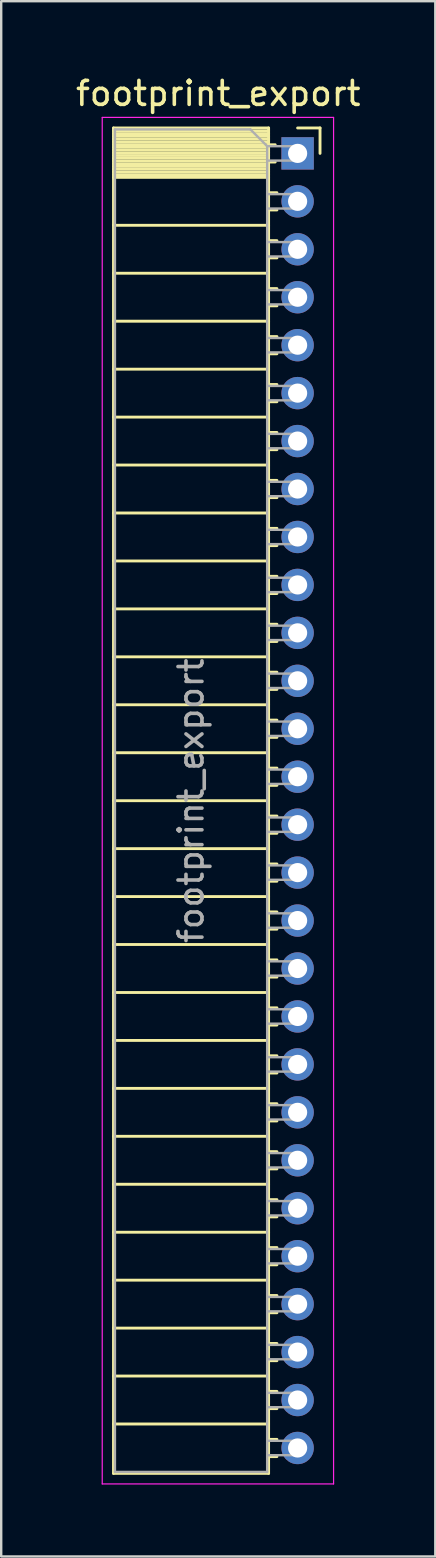
<source format=kicad_pcb>
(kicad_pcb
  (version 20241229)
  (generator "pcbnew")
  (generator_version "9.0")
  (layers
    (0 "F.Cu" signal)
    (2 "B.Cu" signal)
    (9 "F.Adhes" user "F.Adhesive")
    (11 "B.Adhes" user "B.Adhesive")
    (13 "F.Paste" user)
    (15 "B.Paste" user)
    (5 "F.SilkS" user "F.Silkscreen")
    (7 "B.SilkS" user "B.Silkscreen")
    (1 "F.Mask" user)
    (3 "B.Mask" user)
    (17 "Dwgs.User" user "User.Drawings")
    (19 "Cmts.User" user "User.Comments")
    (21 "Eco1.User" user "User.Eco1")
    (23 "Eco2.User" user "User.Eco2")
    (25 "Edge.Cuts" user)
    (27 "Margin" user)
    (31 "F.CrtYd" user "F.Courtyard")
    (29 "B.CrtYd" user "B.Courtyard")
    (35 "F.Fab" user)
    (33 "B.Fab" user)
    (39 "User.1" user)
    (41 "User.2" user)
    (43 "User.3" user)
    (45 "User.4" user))
  (footprint "footprint_export"
    (layer "F.Cu")
    (at 9.364 3.348)
    (property "Reference" "footprint_export" (at -3.31 -2.5 0) (layer "F.SilkS") (effects (font (size 1 1) (thickness 0.15))))
    (attr through_hole)
    (fp_line (start -7.68 -1.06) (end -7.68 55.06) (stroke (width 0.12) (type solid)) (layer "F.SilkS"))
    (fp_line (start -7.68 -1.06) (end -1.21 -1.06) (stroke (width 0.12) (type solid)) (layer "F.SilkS"))
    (fp_line (start -7.68 -0.94) (end -1.21 -0.94) (stroke (width 0.12) (type solid)) (layer "F.SilkS"))
    (fp_line (start -7.68 -0.826) (end -1.21 -0.826) (stroke (width 0.12) (type solid)) (layer "F.SilkS"))
    (fp_line (start -7.68 -0.712) (end -1.21 -0.712) (stroke (width 0.12) (type solid)) (layer "F.SilkS"))
    (fp_line (start -7.68 -0.598) (end -1.21 -0.598) (stroke (width 0.12) (type solid)) (layer "F.SilkS"))
    (fp_line (start -7.68 -0.484) (end -1.21 -0.484) (stroke (width 0.12) (type solid)) (layer "F.SilkS"))
    (fp_line (start -7.68 -0.369) (end -1.21 -0.369) (stroke (width 0.12) (type solid)) (layer "F.SilkS"))
    (fp_line (start -7.68 -0.255) (end -1.21 -0.255) (stroke (width 0.12) (type solid)) (layer "F.SilkS"))
    (fp_line (start -7.68 -0.141) (end -1.21 -0.141) (stroke (width 0.12) (type solid)) (layer "F.SilkS"))
    (fp_line (start -7.68 -0.027) (end -1.21 -0.027) (stroke (width 0.12) (type solid)) (layer "F.SilkS"))
    (fp_line (start -7.68 0.087) (end -1.21 0.087) (stroke (width 0.12) (type solid)) (layer "F.SilkS"))
    (fp_line (start -7.68 0.201) (end -1.21 0.201) (stroke (width 0.12) (type solid)) (layer "F.SilkS"))
    (fp_line (start -7.68 0.315) (end -1.21 0.315) (stroke (width 0.12) (type solid)) (layer "F.SilkS"))
    (fp_line (start -7.68 0.429) (end -1.21 0.429) (stroke (width 0.12) (type solid)) (layer "F.SilkS"))
    (fp_line (start -7.68 0.544) (end -1.21 0.544) (stroke (width 0.12) (type solid)) (layer "F.SilkS"))
    (fp_line (start -7.68 0.658) (end -1.21 0.658) (stroke (width 0.12) (type solid)) (layer "F.SilkS"))
    (fp_line (start -7.68 0.772) (end -1.21 0.772) (stroke (width 0.12) (type solid)) (layer "F.SilkS"))
    (fp_line (start -7.68 0.886) (end -1.21 0.886) (stroke (width 0.12) (type solid)) (layer "F.SilkS"))
    (fp_line (start -7.68 1) (end -1.21 1) (stroke (width 0.12) (type solid)) (layer "F.SilkS"))
    (fp_line (start -7.68 3) (end -1.21 3) (stroke (width 0.12) (type solid)) (layer "F.SilkS"))
    (fp_line (start -7.68 5) (end -1.21 5) (stroke (width 0.12) (type solid)) (layer "F.SilkS"))
    (fp_line (start -7.68 7) (end -1.21 7) (stroke (width 0.12) (type solid)) (layer "F.SilkS"))
    (fp_line (start -7.68 9) (end -1.21 9) (stroke (width 0.12) (type solid)) (layer "F.SilkS"))
    (fp_line (start -7.68 11) (end -1.21 11) (stroke (width 0.12) (type solid)) (layer "F.SilkS"))
    (fp_line (start -7.68 13) (end -1.21 13) (stroke (width 0.12) (type solid)) (layer "F.SilkS"))
    (fp_line (start -7.68 15) (end -1.21 15) (stroke (width 0.12) (type solid)) (layer "F.SilkS"))
    (fp_line (start -7.68 17) (end -1.21 17) (stroke (width 0.12) (type solid)) (layer "F.SilkS"))
    (fp_line (start -7.68 19) (end -1.21 19) (stroke (width 0.12) (type solid)) (layer "F.SilkS"))
    (fp_line (start -7.68 21) (end -1.21 21) (stroke (width 0.12) (type solid)) (layer "F.SilkS"))
    (fp_line (start -7.68 23) (end -1.21 23) (stroke (width 0.12) (type solid)) (layer "F.SilkS"))
    (fp_line (start -7.68 25) (end -1.21 25) (stroke (width 0.12) (type solid)) (layer "F.SilkS"))
    (fp_line (start -7.68 27) (end -1.21 27) (stroke (width 0.12) (type solid)) (layer "F.SilkS"))
    (fp_line (start -7.68 29) (end -1.21 29) (stroke (width 0.12) (type solid)) (layer "F.SilkS"))
    (fp_line (start -7.68 31) (end -1.21 31) (stroke (width 0.12) (type solid)) (layer "F.SilkS"))
    (fp_line (start -7.68 33) (end -1.21 33) (stroke (width 0.12) (type solid)) (layer "F.SilkS"))
    (fp_line (start -7.68 35) (end -1.21 35) (stroke (width 0.12) (type solid)) (layer "F.SilkS"))
    (fp_line (start -7.68 37) (end -1.21 37) (stroke (width 0.12) (type solid)) (layer "F.SilkS"))
    (fp_line (start -7.68 39) (end -1.21 39) (stroke (width 0.12) (type solid)) (layer "F.SilkS"))
    (fp_line (start -7.68 41) (end -1.21 41) (stroke (width 0.12) (type solid)) (layer "F.SilkS"))
    (fp_line (start -7.68 43) (end -1.21 43) (stroke (width 0.12) (type solid)) (layer "F.SilkS"))
    (fp_line (start -7.68 45) (end -1.21 45) (stroke (width 0.12) (type solid)) (layer "F.SilkS"))
    (fp_line (start -7.68 47) (end -1.21 47) (stroke (width 0.12) (type solid)) (layer "F.SilkS"))
    (fp_line (start -7.68 49) (end -1.21 49) (stroke (width 0.12) (type solid)) (layer "F.SilkS"))
    (fp_line (start -7.68 51) (end -1.21 51) (stroke (width 0.12) (type solid)) (layer "F.SilkS"))
    (fp_line (start -7.68 53) (end -1.21 53) (stroke (width 0.12) (type solid)) (layer "F.SilkS"))
    (fp_line (start -7.68 55.06) (end -1.21 55.06) (stroke (width 0.12) (type solid)) (layer "F.SilkS"))
    (fp_line (start -1.21 -1.06) (end -1.21 55.06) (stroke (width 0.12) (type solid)) (layer "F.SilkS"))
    (fp_line (start -1.21 -0.36) (end -0.935 -0.36) (stroke (width 0.12) (type solid)) (layer "F.SilkS"))
    (fp_line (start -1.21 0.36) (end -0.935 0.36) (stroke (width 0.12) (type solid)) (layer "F.SilkS"))
    (fp_line (start -1.21 1.64) (end -0.863 1.64) (stroke (width 0.12) (type solid)) (layer "F.SilkS"))
    (fp_line (start -1.21 2.36) (end -0.863 2.36) (stroke (width 0.12) (type solid)) (layer "F.SilkS"))
    (fp_line (start -1.21 3.64) (end -0.863 3.64) (stroke (width 0.12) (type solid)) (layer "F.SilkS"))
    (fp_line (start -1.21 4.36) (end -0.863 4.36) (stroke (width 0.12) (type solid)) (layer "F.SilkS"))
    (fp_line (start -1.21 5.64) (end -0.863 5.64) (stroke (width 0.12) (type solid)) (layer "F.SilkS"))
    (fp_line (start -1.21 6.36) (end -0.863 6.36) (stroke (width 0.12) (type solid)) (layer "F.SilkS"))
    (fp_line (start -1.21 7.64) (end -0.863 7.64) (stroke (width 0.12) (type solid)) (layer "F.SilkS"))
    (fp_line (start -1.21 8.36) (end -0.863 8.36) (stroke (width 0.12) (type solid)) (layer "F.SilkS"))
    (fp_line (start -1.21 9.64) (end -0.863 9.64) (stroke (width 0.12) (type solid)) (layer "F.SilkS"))
    (fp_line (start -1.21 10.36) (end -0.863 10.36) (stroke (width 0.12) (type solid)) (layer "F.SilkS"))
    (fp_line (start -1.21 11.64) (end -0.863 11.64) (stroke (width 0.12) (type solid)) (layer "F.SilkS"))
    (fp_line (start -1.21 12.36) (end -0.863 12.36) (stroke (width 0.12) (type solid)) (layer "F.SilkS"))
    (fp_line (start -1.21 13.64) (end -0.863 13.64) (stroke (width 0.12) (type solid)) (layer "F.SilkS"))
    (fp_line (start -1.21 14.36) (end -0.863 14.36) (stroke (width 0.12) (type solid)) (layer "F.SilkS"))
    (fp_line (start -1.21 15.64) (end -0.863 15.64) (stroke (width 0.12) (type solid)) (layer "F.SilkS"))
    (fp_line (start -1.21 16.36) (end -0.863 16.36) (stroke (width 0.12) (type solid)) (layer "F.SilkS"))
    (fp_line (start -1.21 17.64) (end -0.863 17.64) (stroke (width 0.12) (type solid)) (layer "F.SilkS"))
    (fp_line (start -1.21 18.36) (end -0.863 18.36) (stroke (width 0.12) (type solid)) (layer "F.SilkS"))
    (fp_line (start -1.21 19.64) (end -0.863 19.64) (stroke (width 0.12) (type solid)) (layer "F.SilkS"))
    (fp_line (start -1.21 20.36) (end -0.863 20.36) (stroke (width 0.12) (type solid)) (layer "F.SilkS"))
    (fp_line (start -1.21 21.64) (end -0.863 21.64) (stroke (width 0.12) (type solid)) (layer "F.SilkS"))
    (fp_line (start -1.21 22.36) (end -0.863 22.36) (stroke (width 0.12) (type solid)) (layer "F.SilkS"))
    (fp_line (start -1.21 23.64) (end -0.863 23.64) (stroke (width 0.12) (type solid)) (layer "F.SilkS"))
    (fp_line (start -1.21 24.36) (end -0.863 24.36) (stroke (width 0.12) (type solid)) (layer "F.SilkS"))
    (fp_line (start -1.21 25.64) (end -0.863 25.64) (stroke (width 0.12) (type solid)) (layer "F.SilkS"))
    (fp_line (start -1.21 26.36) (end -0.863 26.36) (stroke (width 0.12) (type solid)) (layer "F.SilkS"))
    (fp_line (start -1.21 27.64) (end -0.863 27.64) (stroke (width 0.12) (type solid)) (layer "F.SilkS"))
    (fp_line (start -1.21 28.36) (end -0.863 28.36) (stroke (width 0.12) (type solid)) (layer "F.SilkS"))
    (fp_line (start -1.21 29.64) (end -0.863 29.64) (stroke (width 0.12) (type solid)) (layer "F.SilkS"))
    (fp_line (start -1.21 30.36) (end -0.863 30.36) (stroke (width 0.12) (type solid)) (layer "F.SilkS"))
    (fp_line (start -1.21 31.64) (end -0.863 31.64) (stroke (width 0.12) (type solid)) (layer "F.SilkS"))
    (fp_line (start -1.21 32.36) (end -0.863 32.36) (stroke (width 0.12) (type solid)) (layer "F.SilkS"))
    (fp_line (start -1.21 33.64) (end -0.863 33.64) (stroke (width 0.12) (type solid)) (layer "F.SilkS"))
    (fp_line (start -1.21 34.36) (end -0.863 34.36) (stroke (width 0.12) (type solid)) (layer "F.SilkS"))
    (fp_line (start -1.21 35.64) (end -0.863 35.64) (stroke (width 0.12) (type solid)) (layer "F.SilkS"))
    (fp_line (start -1.21 36.36) (end -0.863 36.36) (stroke (width 0.12) (type solid)) (layer "F.SilkS"))
    (fp_line (start -1.21 37.64) (end -0.863 37.64) (stroke (width 0.12) (type solid)) (layer "F.SilkS"))
    (fp_line (start -1.21 38.36) (end -0.863 38.36) (stroke (width 0.12) (type solid)) (layer "F.SilkS"))
    (fp_line (start -1.21 39.64) (end -0.863 39.64) (stroke (width 0.12) (type solid)) (layer "F.SilkS"))
    (fp_line (start -1.21 40.36) (end -0.863 40.36) (stroke (width 0.12) (type solid)) (layer "F.SilkS"))
    (fp_line (start -1.21 41.64) (end -0.863 41.64) (stroke (width 0.12) (type solid)) (layer "F.SilkS"))
    (fp_line (start -1.21 42.36) (end -0.863 42.36) (stroke (width 0.12) (type solid)) (layer "F.SilkS"))
    (fp_line (start -1.21 43.64) (end -0.863 43.64) (stroke (width 0.12) (type solid)) (layer "F.SilkS"))
    (fp_line (start -1.21 44.36) (end -0.863 44.36) (stroke (width 0.12) (type solid)) (layer "F.SilkS"))
    (fp_line (start -1.21 45.64) (end -0.863 45.64) (stroke (width 0.12) (type solid)) (layer "F.SilkS"))
    (fp_line (start -1.21 46.36) (end -0.863 46.36) (stroke (width 0.12) (type solid)) (layer "F.SilkS"))
    (fp_line (start -1.21 47.64) (end -0.863 47.64) (stroke (width 0.12) (type solid)) (layer "F.SilkS"))
    (fp_line (start -1.21 48.36) (end -0.863 48.36) (stroke (width 0.12) (type solid)) (layer "F.SilkS"))
    (fp_line (start -1.21 49.64) (end -0.863 49.64) (stroke (width 0.12) (type solid)) (layer "F.SilkS"))
    (fp_line (start -1.21 50.36) (end -0.863 50.36) (stroke (width 0.12) (type solid)) (layer "F.SilkS"))
    (fp_line (start -1.21 51.64) (end -0.863 51.64) (stroke (width 0.12) (type solid)) (layer "F.SilkS"))
    (fp_line (start -1.21 52.36) (end -0.863 52.36) (stroke (width 0.12) (type solid)) (layer "F.SilkS"))
    (fp_line (start -1.21 53.64) (end -0.863 53.64) (stroke (width 0.12) (type solid)) (layer "F.SilkS"))
    (fp_line (start -1.21 54.36) (end -0.863 54.36) (stroke (width 0.12) (type solid)) (layer "F.SilkS"))
    (fp_line (start 0 -1.06) (end 0.935 -1.06) (stroke (width 0.12) (type solid)) (layer "F.SilkS"))
    (fp_line (start 0.935 -1.06) (end 0.935 0) (stroke (width 0.12) (type solid)) (layer "F.SilkS"))
    (fp_line (start -8.15 -1.5) (end -8.15 55.5) (stroke (width 0.05) (type solid)) (layer "F.CrtYd"))
    (fp_line (start -8.15 55.5) (end 1.5 55.5) (stroke (width 0.05) (type solid)) (layer "F.CrtYd"))
    (fp_line (start 1.5 -1.5) (end -8.15 -1.5) (stroke (width 0.05) (type solid)) (layer "F.CrtYd"))
    (fp_line (start 1.5 55.5) (end 1.5 -1.5) (stroke (width 0.05) (type solid)) (layer "F.CrtYd"))
    (fp_line (start -7.62 -1) (end -1.97 -1) (stroke (width 0.1) (type solid)) (layer "F.Fab"))
    (fp_line (start -7.62 55) (end -7.62 -1) (stroke (width 0.1) (type solid)) (layer "F.Fab"))
    (fp_line (start -1.97 -1) (end -1.27 -0.3) (stroke (width 0.1) (type solid)) (layer "F.Fab"))
    (fp_line (start -1.27 -0.3) (end -1.27 55) (stroke (width 0.1) (type solid)) (layer "F.Fab"))
    (fp_line (start -1.27 0.3) (end 0 0.3) (stroke (width 0.1) (type solid)) (layer "F.Fab"))
    (fp_line (start -1.27 2.3) (end 0 2.3) (stroke (width 0.1) (type solid)) (layer "F.Fab"))
    (fp_line (start -1.27 4.3) (end 0 4.3) (stroke (width 0.1) (type solid)) (layer "F.Fab"))
    (fp_line (start -1.27 6.3) (end 0 6.3) (stroke (width 0.1) (type solid)) (layer "F.Fab"))
    (fp_line (start -1.27 8.3) (end 0 8.3) (stroke (width 0.1) (type solid)) (layer "F.Fab"))
    (fp_line (start -1.27 10.3) (end 0 10.3) (stroke (width 0.1) (type solid)) (layer "F.Fab"))
    (fp_line (start -1.27 12.3) (end 0 12.3) (stroke (width 0.1) (type solid)) (layer "F.Fab"))
    (fp_line (start -1.27 14.3) (end 0 14.3) (stroke (width 0.1) (type solid)) (layer "F.Fab"))
    (fp_line (start -1.27 16.3) (end 0 16.3) (stroke (width 0.1) (type solid)) (layer "F.Fab"))
    (fp_line (start -1.27 18.3) (end 0 18.3) (stroke (width 0.1) (type solid)) (layer "F.Fab"))
    (fp_line (start -1.27 20.3) (end 0 20.3) (stroke (width 0.1) (type solid)) (layer "F.Fab"))
    (fp_line (start -1.27 22.3) (end 0 22.3) (stroke (width 0.1) (type solid)) (layer "F.Fab"))
    (fp_line (start -1.27 24.3) (end 0 24.3) (stroke (width 0.1) (type solid)) (layer "F.Fab"))
    (fp_line (start -1.27 26.3) (end 0 26.3) (stroke (width 0.1) (type solid)) (layer "F.Fab"))
    (fp_line (start -1.27 28.3) (end 0 28.3) (stroke (width 0.1) (type solid)) (layer "F.Fab"))
    (fp_line (start -1.27 30.3) (end 0 30.3) (stroke (width 0.1) (type solid)) (layer "F.Fab"))
    (fp_line (start -1.27 32.3) (end 0 32.3) (stroke (width 0.1) (type solid)) (layer "F.Fab"))
    (fp_line (start -1.27 34.3) (end 0 34.3) (stroke (width 0.1) (type solid)) (layer "F.Fab"))
    (fp_line (start -1.27 36.3) (end 0 36.3) (stroke (width 0.1) (type solid)) (layer "F.Fab"))
    (fp_line (start -1.27 38.3) (end 0 38.3) (stroke (width 0.1) (type solid)) (layer "F.Fab"))
    (fp_line (start -1.27 40.3) (end 0 40.3) (stroke (width 0.1) (type solid)) (layer "F.Fab"))
    (fp_line (start -1.27 42.3) (end 0 42.3) (stroke (width 0.1) (type solid)) (layer "F.Fab"))
    (fp_line (start -1.27 44.3) (end 0 44.3) (stroke (width 0.1) (type solid)) (layer "F.Fab"))
    (fp_line (start -1.27 46.3) (end 0 46.3) (stroke (width 0.1) (type solid)) (layer "F.Fab"))
    (fp_line (start -1.27 48.3) (end 0 48.3) (stroke (width 0.1) (type solid)) (layer "F.Fab"))
    (fp_line (start -1.27 50.3) (end 0 50.3) (stroke (width 0.1) (type solid)) (layer "F.Fab"))
    (fp_line (start -1.27 52.3) (end 0 52.3) (stroke (width 0.1) (type solid)) (layer "F.Fab"))
    (fp_line (start -1.27 54.3) (end 0 54.3) (stroke (width 0.1) (type solid)) (layer "F.Fab"))
    (fp_line (start -1.27 55) (end -7.62 55) (stroke (width 0.1) (type solid)) (layer "F.Fab"))
    (fp_line (start 0 -0.3) (end -1.27 -0.3) (stroke (width 0.1) (type solid)) (layer "F.Fab"))
    (fp_line (start 0 0.3) (end 0 -0.3) (stroke (width 0.1) (type solid)) (layer "F.Fab"))
    (fp_line (start 0 1.7) (end -1.27 1.7) (stroke (width 0.1) (type solid)) (layer "F.Fab"))
    (fp_line (start 0 2.3) (end 0 1.7) (stroke (width 0.1) (type solid)) (layer "F.Fab"))
    (fp_line (start 0 3.7) (end -1.27 3.7) (stroke (width 0.1) (type solid)) (layer "F.Fab"))
    (fp_line (start 0 4.3) (end 0 3.7) (stroke (width 0.1) (type solid)) (layer "F.Fab"))
    (fp_line (start 0 5.7) (end -1.27 5.7) (stroke (width 0.1) (type solid)) (layer "F.Fab"))
    (fp_line (start 0 6.3) (end 0 5.7) (stroke (width 0.1) (type solid)) (layer "F.Fab"))
    (fp_line (start 0 7.7) (end -1.27 7.7) (stroke (width 0.1) (type solid)) (layer "F.Fab"))
    (fp_line (start 0 8.3) (end 0 7.7) (stroke (width 0.1) (type solid)) (layer "F.Fab"))
    (fp_line (start 0 9.7) (end -1.27 9.7) (stroke (width 0.1) (type solid)) (layer "F.Fab"))
    (fp_line (start 0 10.3) (end 0 9.7) (stroke (width 0.1) (type solid)) (layer "F.Fab"))
    (fp_line (start 0 11.7) (end -1.27 11.7) (stroke (width 0.1) (type solid)) (layer "F.Fab"))
    (fp_line (start 0 12.3) (end 0 11.7) (stroke (width 0.1) (type solid)) (layer "F.Fab"))
    (fp_line (start 0 13.7) (end -1.27 13.7) (stroke (width 0.1) (type solid)) (layer "F.Fab"))
    (fp_line (start 0 14.3) (end 0 13.7) (stroke (width 0.1) (type solid)) (layer "F.Fab"))
    (fp_line (start 0 15.7) (end -1.27 15.7) (stroke (width 0.1) (type solid)) (layer "F.Fab"))
    (fp_line (start 0 16.3) (end 0 15.7) (stroke (width 0.1) (type solid)) (layer "F.Fab"))
    (fp_line (start 0 17.7) (end -1.27 17.7) (stroke (width 0.1) (type solid)) (layer "F.Fab"))
    (fp_line (start 0 18.3) (end 0 17.7) (stroke (width 0.1) (type solid)) (layer "F.Fab"))
    (fp_line (start 0 19.7) (end -1.27 19.7) (stroke (width 0.1) (type solid)) (layer "F.Fab"))
    (fp_line (start 0 20.3) (end 0 19.7) (stroke (width 0.1) (type solid)) (layer "F.Fab"))
    (fp_line (start 0 21.7) (end -1.27 21.7) (stroke (width 0.1) (type solid)) (layer "F.Fab"))
    (fp_line (start 0 22.3) (end 0 21.7) (stroke (width 0.1) (type solid)) (layer "F.Fab"))
    (fp_line (start 0 23.7) (end -1.27 23.7) (stroke (width 0.1) (type solid)) (layer "F.Fab"))
    (fp_line (start 0 24.3) (end 0 23.7) (stroke (width 0.1) (type solid)) (layer "F.Fab"))
    (fp_line (start 0 25.7) (end -1.27 25.7) (stroke (width 0.1) (type solid)) (layer "F.Fab"))
    (fp_line (start 0 26.3) (end 0 25.7) (stroke (width 0.1) (type solid)) (layer "F.Fab"))
    (fp_line (start 0 27.7) (end -1.27 27.7) (stroke (width 0.1) (type solid)) (layer "F.Fab"))
    (fp_line (start 0 28.3) (end 0 27.7) (stroke (width 0.1) (type solid)) (layer "F.Fab"))
    (fp_line (start 0 29.7) (end -1.27 29.7) (stroke (width 0.1) (type solid)) (layer "F.Fab"))
    (fp_line (start 0 30.3) (end 0 29.7) (stroke (width 0.1) (type solid)) (layer "F.Fab"))
    (fp_line (start 0 31.7) (end -1.27 31.7) (stroke (width 0.1) (type solid)) (layer "F.Fab"))
    (fp_line (start 0 32.3) (end 0 31.7) (stroke (width 0.1) (type solid)) (layer "F.Fab"))
    (fp_line (start 0 33.7) (end -1.27 33.7) (stroke (width 0.1) (type solid)) (layer "F.Fab"))
    (fp_line (start 0 34.3) (end 0 33.7) (stroke (width 0.1) (type solid)) (layer "F.Fab"))
    (fp_line (start 0 35.7) (end -1.27 35.7) (stroke (width 0.1) (type solid)) (layer "F.Fab"))
    (fp_line (start 0 36.3) (end 0 35.7) (stroke (width 0.1) (type solid)) (layer "F.Fab"))
    (fp_line (start 0 37.7) (end -1.27 37.7) (stroke (width 0.1) (type solid)) (layer "F.Fab"))
    (fp_line (start 0 38.3) (end 0 37.7) (stroke (width 0.1) (type solid)) (layer "F.Fab"))
    (fp_line (start 0 39.7) (end -1.27 39.7) (stroke (width 0.1) (type solid)) (layer "F.Fab"))
    (fp_line (start 0 40.3) (end 0 39.7) (stroke (width 0.1) (type solid)) (layer "F.Fab"))
    (fp_line (start 0 41.7) (end -1.27 41.7) (stroke (width 0.1) (type solid)) (layer "F.Fab"))
    (fp_line (start 0 42.3) (end 0 41.7) (stroke (width 0.1) (type solid)) (layer "F.Fab"))
    (fp_line (start 0 43.7) (end -1.27 43.7) (stroke (width 0.1) (type solid)) (layer "F.Fab"))
    (fp_line (start 0 44.3) (end 0 43.7) (stroke (width 0.1) (type solid)) (layer "F.Fab"))
    (fp_line (start 0 45.7) (end -1.27 45.7) (stroke (width 0.1) (type solid)) (layer "F.Fab"))
    (fp_line (start 0 46.3) (end 0 45.7) (stroke (width 0.1) (type solid)) (layer "F.Fab"))
    (fp_line (start 0 47.7) (end -1.27 47.7) (stroke (width 0.1) (type solid)) (layer "F.Fab"))
    (fp_line (start 0 48.3) (end 0 47.7) (stroke (width 0.1) (type solid)) (layer "F.Fab"))
    (fp_line (start 0 49.7) (end -1.27 49.7) (stroke (width 0.1) (type solid)) (layer "F.Fab"))
    (fp_line (start 0 50.3) (end 0 49.7) (stroke (width 0.1) (type solid)) (layer "F.Fab"))
    (fp_line (start 0 51.7) (end -1.27 51.7) (stroke (width 0.1) (type solid)) (layer "F.Fab"))
    (fp_line (start 0 52.3) (end 0 51.7) (stroke (width 0.1) (type solid)) (layer "F.Fab"))
    (fp_line (start 0 53.7) (end -1.27 53.7) (stroke (width 0.1) (type solid)) (layer "F.Fab"))
    (fp_line (start 0 54.3) (end 0 53.7) (stroke (width 0.1) (type solid)) (layer "F.Fab"))
    (fp_text user "${REFERENCE}" (at -4.445 27 90) (layer "F.Fab") (effects (font (size 1 1) (thickness 0.15))))
    (pad "1" thru_hole rect (at 0 0) (size 1.35 1.35) (drill 0.8) (layers "*.Cu" "*.Mask"))
    (pad "2" thru_hole oval (at 0 2) (size 1.35 1.35) (drill 0.8) (layers "*.Cu" "*.Mask"))
    (pad "3" thru_hole oval (at 0 4) (size 1.35 1.35) (drill 0.8) (layers "*.Cu" "*.Mask"))
    (pad "4" thru_hole oval (at 0 6) (size 1.35 1.35) (drill 0.8) (layers "*.Cu" "*.Mask"))
    (pad "5" thru_hole oval (at 0 8) (size 1.35 1.35) (drill 0.8) (layers "*.Cu" "*.Mask"))
    (pad "6" thru_hole oval (at 0 10) (size 1.35 1.35) (drill 0.8) (layers "*.Cu" "*.Mask"))
    (pad "7" thru_hole oval (at 0 12) (size 1.35 1.35) (drill 0.8) (layers "*.Cu" "*.Mask"))
    (pad "8" thru_hole oval (at 0 14) (size 1.35 1.35) (drill 0.8) (layers "*.Cu" "*.Mask"))
    (pad "9" thru_hole oval (at 0 16) (size 1.35 1.35) (drill 0.8) (layers "*.Cu" "*.Mask"))
    (pad "10" thru_hole oval (at 0 18) (size 1.35 1.35) (drill 0.8) (layers "*.Cu" "*.Mask"))
    (pad "11" thru_hole oval (at 0 20) (size 1.35 1.35) (drill 0.8) (layers "*.Cu" "*.Mask"))
    (pad "12" thru_hole oval (at 0 22) (size 1.35 1.35) (drill 0.8) (layers "*.Cu" "*.Mask"))
    (pad "13" thru_hole oval (at 0 24) (size 1.35 1.35) (drill 0.8) (layers "*.Cu" "*.Mask"))
    (pad "14" thru_hole oval (at 0 26) (size 1.35 1.35) (drill 0.8) (layers "*.Cu" "*.Mask"))
    (pad "15" thru_hole oval (at 0 28) (size 1.35 1.35) (drill 0.8) (layers "*.Cu" "*.Mask"))
    (pad "16" thru_hole oval (at 0 30) (size 1.35 1.35) (drill 0.8) (layers "*.Cu" "*.Mask"))
    (pad "17" thru_hole oval (at 0 32) (size 1.35 1.35) (drill 0.8) (layers "*.Cu" "*.Mask"))
    (pad "18" thru_hole oval (at 0 34) (size 1.35 1.35) (drill 0.8) (layers "*.Cu" "*.Mask"))
    (pad "19" thru_hole oval (at 0 36) (size 1.35 1.35) (drill 0.8) (layers "*.Cu" "*.Mask"))
    (pad "20" thru_hole oval (at 0 38) (size 1.35 1.35) (drill 0.8) (layers "*.Cu" "*.Mask"))
    (pad "21" thru_hole oval (at 0 40) (size 1.35 1.35) (drill 0.8) (layers "*.Cu" "*.Mask"))
    (pad "22" thru_hole oval (at 0 42) (size 1.35 1.35) (drill 0.8) (layers "*.Cu" "*.Mask"))
    (pad "23" thru_hole oval (at 0 44) (size 1.35 1.35) (drill 0.8) (layers "*.Cu" "*.Mask"))
    (pad "24" thru_hole oval (at 0 46) (size 1.35 1.35) (drill 0.8) (layers "*.Cu" "*.Mask"))
    (pad "25" thru_hole oval (at 0 48) (size 1.35 1.35) (drill 0.8) (layers "*.Cu" "*.Mask"))
    (pad "26" thru_hole oval (at 0 50) (size 1.35 1.35) (drill 0.8) (layers "*.Cu" "*.Mask"))
    (pad "27" thru_hole oval (at 0 52) (size 1.35 1.35) (drill 0.8) (layers "*.Cu" "*.Mask"))
    (pad "28" thru_hole oval (at 0 54) (size 1.35 1.35) (drill 0.8) (layers "*.Cu" "*.Mask")))
  (gr_rect
    (start -3 -3)
    (end 15.107 61.873)
    (stroke (width 0.1) (type default))
    (fill no)
    (layer "Edge.Cuts")))
</source>
